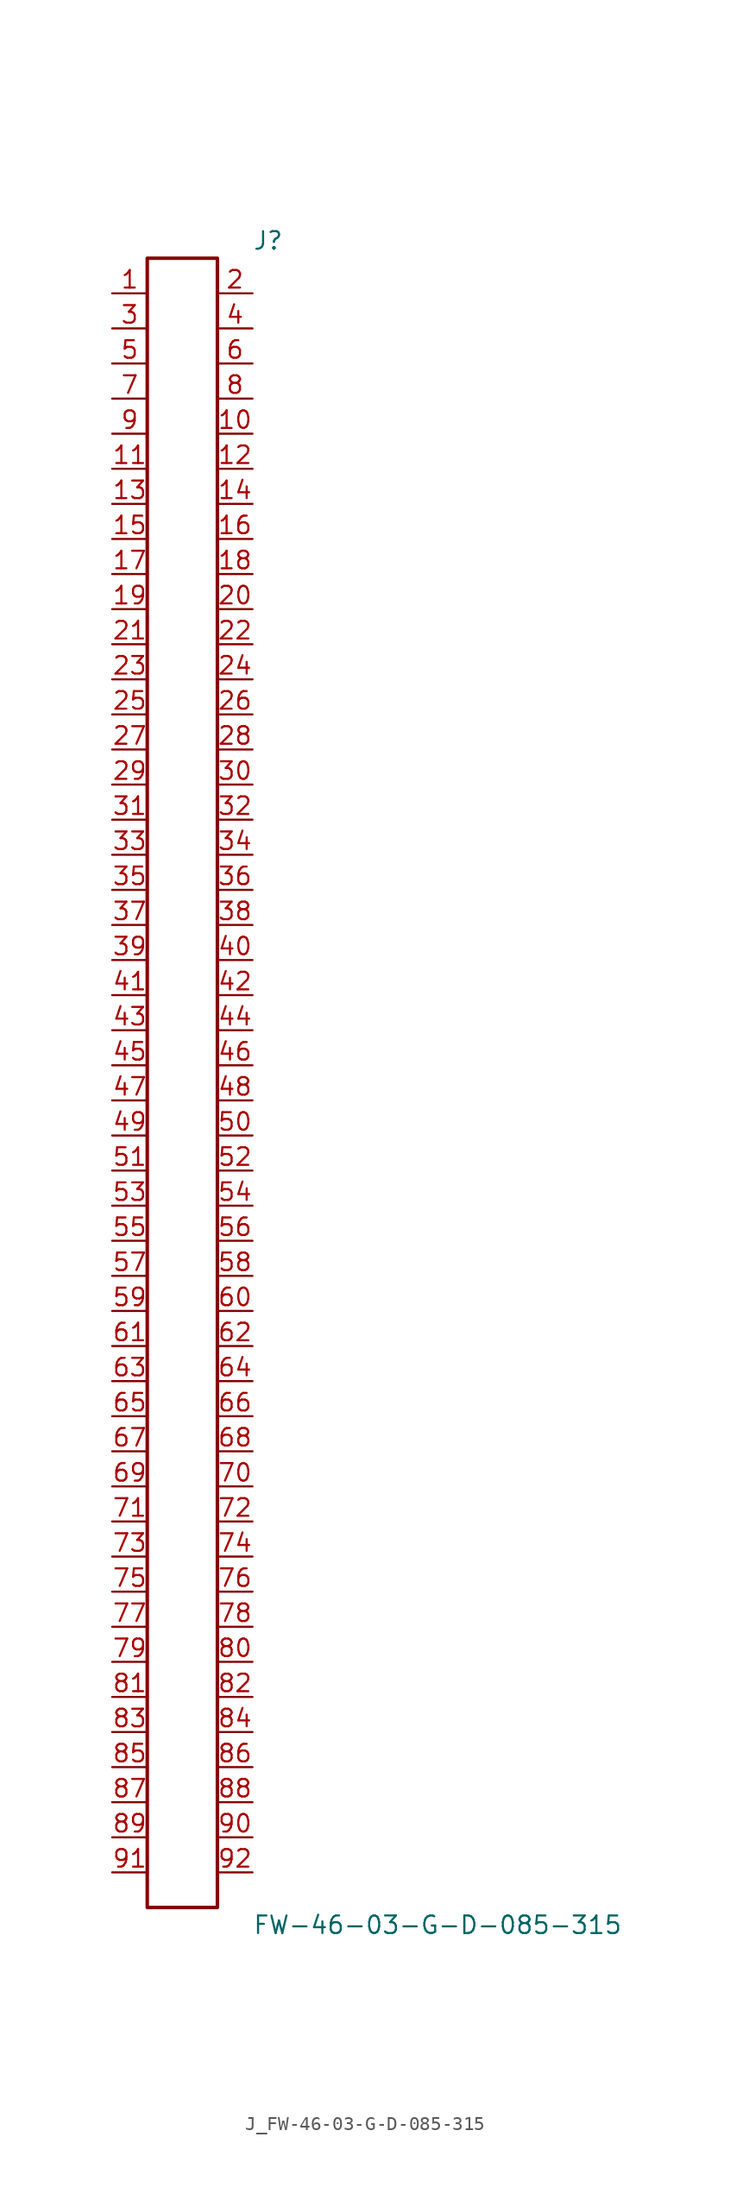
<source format=kicad_sym>
(kicad_symbol_lib
  (version 20231120)
  (generator kicad_symbol_editor)
  (generator_version 8.0)
  (symbol "J_FW-46-03-G-D-085-315"
    (pin_names
      (offset 0.254))
    (property "Reference" "J"
      (at 5.08 60.96 0)
      (effects (font (size 1.27 1.27)) (justify left)))
    (property "Value" "FW-46-03-G-D-085-315"
      (at 5.08 -60.96 0)
      (effects (font (size 1.27 1.27)) (justify left)))
    (symbol "J_FW-46-03-G-D-085-315_0_0"
      (pin unspecified line (at -5.08 57.15 0) (length 2.54) (name "" (effects (font (size 1.27 1.27)))) (number "1" (effects (font (size 1.27 1.27)))))
      (pin unspecified line (at 5.08 57.15 180) (length 2.54) (name "" (effects (font (size 1.27 1.27)))) (number "2" (effects (font (size 1.27 1.27)))))
      (pin unspecified line (at -5.08 54.61 0) (length 2.54) (name "" (effects (font (size 1.27 1.27)))) (number "3" (effects (font (size 1.27 1.27)))))
      (pin unspecified line (at 5.08 54.61 180) (length 2.54) (name "" (effects (font (size 1.27 1.27)))) (number "4" (effects (font (size 1.27 1.27)))))
      (pin unspecified line (at -5.08 52.07 0) (length 2.54) (name "" (effects (font (size 1.27 1.27)))) (number "5" (effects (font (size 1.27 1.27)))))
      (pin unspecified line (at 5.08 52.07 180) (length 2.54) (name "" (effects (font (size 1.27 1.27)))) (number "6" (effects (font (size 1.27 1.27)))))
      (pin unspecified line (at -5.08 49.53 0) (length 2.54) (name "" (effects (font (size 1.27 1.27)))) (number "7" (effects (font (size 1.27 1.27)))))
      (pin unspecified line (at 5.08 49.53 180) (length 2.54) (name "" (effects (font (size 1.27 1.27)))) (number "8" (effects (font (size 1.27 1.27)))))
      (pin unspecified line (at -5.08 46.99 0) (length 2.54) (name "" (effects (font (size 1.27 1.27)))) (number "9" (effects (font (size 1.27 1.27)))))
      (pin unspecified line (at 5.08 46.99 180) (length 2.54) (name "" (effects (font (size 1.27 1.27)))) (number "10" (effects (font (size 1.27 1.27)))))
      (pin unspecified line (at -5.08 44.45 0) (length 2.54) (name "" (effects (font (size 1.27 1.27)))) (number "11" (effects (font (size 1.27 1.27)))))
      (pin unspecified line (at 5.08 44.45 180) (length 2.54) (name "" (effects (font (size 1.27 1.27)))) (number "12" (effects (font (size 1.27 1.27)))))
      (pin unspecified line (at -5.08 41.91 0) (length 2.54) (name "" (effects (font (size 1.27 1.27)))) (number "13" (effects (font (size 1.27 1.27)))))
      (pin unspecified line (at 5.08 41.91 180) (length 2.54) (name "" (effects (font (size 1.27 1.27)))) (number "14" (effects (font (size 1.27 1.27)))))
      (pin unspecified line (at -5.08 39.37 0) (length 2.54) (name "" (effects (font (size 1.27 1.27)))) (number "15" (effects (font (size 1.27 1.27)))))
      (pin unspecified line (at 5.08 39.37 180) (length 2.54) (name "" (effects (font (size 1.27 1.27)))) (number "16" (effects (font (size 1.27 1.27)))))
      (pin unspecified line (at -5.08 36.83 0) (length 2.54) (name "" (effects (font (size 1.27 1.27)))) (number "17" (effects (font (size 1.27 1.27)))))
      (pin unspecified line (at 5.08 36.83 180) (length 2.54) (name "" (effects (font (size 1.27 1.27)))) (number "18" (effects (font (size 1.27 1.27)))))
      (pin unspecified line (at -5.08 34.29 0) (length 2.54) (name "" (effects (font (size 1.27 1.27)))) (number "19" (effects (font (size 1.27 1.27)))))
      (pin unspecified line (at 5.08 34.29 180) (length 2.54) (name "" (effects (font (size 1.27 1.27)))) (number "20" (effects (font (size 1.27 1.27)))))
      (pin unspecified line (at -5.08 31.75 0) (length 2.54) (name "" (effects (font (size 1.27 1.27)))) (number "21" (effects (font (size 1.27 1.27)))))
      (pin unspecified line (at 5.08 31.75 180) (length 2.54) (name "" (effects (font (size 1.27 1.27)))) (number "22" (effects (font (size 1.27 1.27)))))
      (pin unspecified line (at -5.08 29.21 0) (length 2.54) (name "" (effects (font (size 1.27 1.27)))) (number "23" (effects (font (size 1.27 1.27)))))
      (pin unspecified line (at 5.08 29.21 180) (length 2.54) (name "" (effects (font (size 1.27 1.27)))) (number "24" (effects (font (size 1.27 1.27)))))
      (pin unspecified line (at -5.08 26.67 0) (length 2.54) (name "" (effects (font (size 1.27 1.27)))) (number "25" (effects (font (size 1.27 1.27)))))
      (pin unspecified line (at 5.08 26.67 180) (length 2.54) (name "" (effects (font (size 1.27 1.27)))) (number "26" (effects (font (size 1.27 1.27)))))
      (pin unspecified line (at -5.08 24.13 0) (length 2.54) (name "" (effects (font (size 1.27 1.27)))) (number "27" (effects (font (size 1.27 1.27)))))
      (pin unspecified line (at 5.08 24.13 180) (length 2.54) (name "" (effects (font (size 1.27 1.27)))) (number "28" (effects (font (size 1.27 1.27)))))
      (pin unspecified line (at -5.08 21.59 0) (length 2.54) (name "" (effects (font (size 1.27 1.27)))) (number "29" (effects (font (size 1.27 1.27)))))
      (pin unspecified line (at 5.08 21.59 180) (length 2.54) (name "" (effects (font (size 1.27 1.27)))) (number "30" (effects (font (size 1.27 1.27)))))
      (pin unspecified line (at -5.08 19.05 0) (length 2.54) (name "" (effects (font (size 1.27 1.27)))) (number "31" (effects (font (size 1.27 1.27)))))
      (pin unspecified line (at 5.08 19.05 180) (length 2.54) (name "" (effects (font (size 1.27 1.27)))) (number "32" (effects (font (size 1.27 1.27)))))
      (pin unspecified line (at -5.08 16.51 0) (length 2.54) (name "" (effects (font (size 1.27 1.27)))) (number "33" (effects (font (size 1.27 1.27)))))
      (pin unspecified line (at 5.08 16.51 180) (length 2.54) (name "" (effects (font (size 1.27 1.27)))) (number "34" (effects (font (size 1.27 1.27)))))
      (pin unspecified line (at -5.08 13.97 0) (length 2.54) (name "" (effects (font (size 1.27 1.27)))) (number "35" (effects (font (size 1.27 1.27)))))
      (pin unspecified line (at 5.08 13.97 180) (length 2.54) (name "" (effects (font (size 1.27 1.27)))) (number "36" (effects (font (size 1.27 1.27)))))
      (pin unspecified line (at -5.08 11.43 0) (length 2.54) (name "" (effects (font (size 1.27 1.27)))) (number "37" (effects (font (size 1.27 1.27)))))
      (pin unspecified line (at 5.08 11.43 180) (length 2.54) (name "" (effects (font (size 1.27 1.27)))) (number "38" (effects (font (size 1.27 1.27)))))
      (pin unspecified line (at -5.08 8.89 0) (length 2.54) (name "" (effects (font (size 1.27 1.27)))) (number "39" (effects (font (size 1.27 1.27)))))
      (pin unspecified line (at 5.08 8.89 180) (length 2.54) (name "" (effects (font (size 1.27 1.27)))) (number "40" (effects (font (size 1.27 1.27)))))
      (pin unspecified line (at -5.08 6.35 0) (length 2.54) (name "" (effects (font (size 1.27 1.27)))) (number "41" (effects (font (size 1.27 1.27)))))
      (pin unspecified line (at 5.08 6.35 180) (length 2.54) (name "" (effects (font (size 1.27 1.27)))) (number "42" (effects (font (size 1.27 1.27)))))
      (pin unspecified line (at -5.08 3.81 0) (length 2.54) (name "" (effects (font (size 1.27 1.27)))) (number "43" (effects (font (size 1.27 1.27)))))
      (pin unspecified line (at 5.08 3.81 180) (length 2.54) (name "" (effects (font (size 1.27 1.27)))) (number "44" (effects (font (size 1.27 1.27)))))
      (pin unspecified line (at -5.08 1.27 0) (length 2.54) (name "" (effects (font (size 1.27 1.27)))) (number "45" (effects (font (size 1.27 1.27)))))
      (pin unspecified line (at 5.08 1.27 180) (length 2.54) (name "" (effects (font (size 1.27 1.27)))) (number "46" (effects (font (size 1.27 1.27)))))
      (pin unspecified line (at -5.08 -1.27 0) (length 2.54) (name "" (effects (font (size 1.27 1.27)))) (number "47" (effects (font (size 1.27 1.27)))))
      (pin unspecified line (at 5.08 -1.27 180) (length 2.54) (name "" (effects (font (size 1.27 1.27)))) (number "48" (effects (font (size 1.27 1.27)))))
      (pin unspecified line (at -5.08 -3.81 0) (length 2.54) (name "" (effects (font (size 1.27 1.27)))) (number "49" (effects (font (size 1.27 1.27)))))
      (pin unspecified line (at 5.08 -3.81 180) (length 2.54) (name "" (effects (font (size 1.27 1.27)))) (number "50" (effects (font (size 1.27 1.27)))))
      (pin unspecified line (at -5.08 -6.35 0) (length 2.54) (name "" (effects (font (size 1.27 1.27)))) (number "51" (effects (font (size 1.27 1.27)))))
      (pin unspecified line (at 5.08 -6.35 180) (length 2.54) (name "" (effects (font (size 1.27 1.27)))) (number "52" (effects (font (size 1.27 1.27)))))
      (pin unspecified line (at -5.08 -8.89 0) (length 2.54) (name "" (effects (font (size 1.27 1.27)))) (number "53" (effects (font (size 1.27 1.27)))))
      (pin unspecified line (at 5.08 -8.89 180) (length 2.54) (name "" (effects (font (size 1.27 1.27)))) (number "54" (effects (font (size 1.27 1.27)))))
      (pin unspecified line (at -5.08 -11.43 0) (length 2.54) (name "" (effects (font (size 1.27 1.27)))) (number "55" (effects (font (size 1.27 1.27)))))
      (pin unspecified line (at 5.08 -11.43 180) (length 2.54) (name "" (effects (font (size 1.27 1.27)))) (number "56" (effects (font (size 1.27 1.27)))))
      (pin unspecified line (at -5.08 -13.97 0) (length 2.54) (name "" (effects (font (size 1.27 1.27)))) (number "57" (effects (font (size 1.27 1.27)))))
      (pin unspecified line (at 5.08 -13.97 180) (length 2.54) (name "" (effects (font (size 1.27 1.27)))) (number "58" (effects (font (size 1.27 1.27)))))
      (pin unspecified line (at -5.08 -16.51 0) (length 2.54) (name "" (effects (font (size 1.27 1.27)))) (number "59" (effects (font (size 1.27 1.27)))))
      (pin unspecified line (at 5.08 -16.51 180) (length 2.54) (name "" (effects (font (size 1.27 1.27)))) (number "60" (effects (font (size 1.27 1.27)))))
      (pin unspecified line (at -5.08 -19.05 0) (length 2.54) (name "" (effects (font (size 1.27 1.27)))) (number "61" (effects (font (size 1.27 1.27)))))
      (pin unspecified line (at 5.08 -19.05 180) (length 2.54) (name "" (effects (font (size 1.27 1.27)))) (number "62" (effects (font (size 1.27 1.27)))))
      (pin unspecified line (at -5.08 -21.59 0) (length 2.54) (name "" (effects (font (size 1.27 1.27)))) (number "63" (effects (font (size 1.27 1.27)))))
      (pin unspecified line (at 5.08 -21.59 180) (length 2.54) (name "" (effects (font (size 1.27 1.27)))) (number "64" (effects (font (size 1.27 1.27)))))
      (pin unspecified line (at -5.08 -24.13 0) (length 2.54) (name "" (effects (font (size 1.27 1.27)))) (number "65" (effects (font (size 1.27 1.27)))))
      (pin unspecified line (at 5.08 -24.13 180) (length 2.54) (name "" (effects (font (size 1.27 1.27)))) (number "66" (effects (font (size 1.27 1.27)))))
      (pin unspecified line (at -5.08 -26.67 0) (length 2.54) (name "" (effects (font (size 1.27 1.27)))) (number "67" (effects (font (size 1.27 1.27)))))
      (pin unspecified line (at 5.08 -26.67 180) (length 2.54) (name "" (effects (font (size 1.27 1.27)))) (number "68" (effects (font (size 1.27 1.27)))))
      (pin unspecified line (at -5.08 -29.21 0) (length 2.54) (name "" (effects (font (size 1.27 1.27)))) (number "69" (effects (font (size 1.27 1.27)))))
      (pin unspecified line (at 5.08 -29.21 180) (length 2.54) (name "" (effects (font (size 1.27 1.27)))) (number "70" (effects (font (size 1.27 1.27)))))
      (pin unspecified line (at -5.08 -31.75 0) (length 2.54) (name "" (effects (font (size 1.27 1.27)))) (number "71" (effects (font (size 1.27 1.27)))))
      (pin unspecified line (at 5.08 -31.75 180) (length 2.54) (name "" (effects (font (size 1.27 1.27)))) (number "72" (effects (font (size 1.27 1.27)))))
      (pin unspecified line (at -5.08 -34.29 0) (length 2.54) (name "" (effects (font (size 1.27 1.27)))) (number "73" (effects (font (size 1.27 1.27)))))
      (pin unspecified line (at 5.08 -34.29 180) (length 2.54) (name "" (effects (font (size 1.27 1.27)))) (number "74" (effects (font (size 1.27 1.27)))))
      (pin unspecified line (at -5.08 -36.83 0) (length 2.54) (name "" (effects (font (size 1.27 1.27)))) (number "75" (effects (font (size 1.27 1.27)))))
      (pin unspecified line (at 5.08 -36.83 180) (length 2.54) (name "" (effects (font (size 1.27 1.27)))) (number "76" (effects (font (size 1.27 1.27)))))
      (pin unspecified line (at -5.08 -39.37 0) (length 2.54) (name "" (effects (font (size 1.27 1.27)))) (number "77" (effects (font (size 1.27 1.27)))))
      (pin unspecified line (at 5.08 -39.37 180) (length 2.54) (name "" (effects (font (size 1.27 1.27)))) (number "78" (effects (font (size 1.27 1.27)))))
      (pin unspecified line (at -5.08 -41.91 0) (length 2.54) (name "" (effects (font (size 1.27 1.27)))) (number "79" (effects (font (size 1.27 1.27)))))
      (pin unspecified line (at 5.08 -41.91 180) (length 2.54) (name "" (effects (font (size 1.27 1.27)))) (number "80" (effects (font (size 1.27 1.27)))))
      (pin unspecified line (at -5.08 -44.45 0) (length 2.54) (name "" (effects (font (size 1.27 1.27)))) (number "81" (effects (font (size 1.27 1.27)))))
      (pin unspecified line (at 5.08 -44.45 180) (length 2.54) (name "" (effects (font (size 1.27 1.27)))) (number "82" (effects (font (size 1.27 1.27)))))
      (pin unspecified line (at -5.08 -46.99 0) (length 2.54) (name "" (effects (font (size 1.27 1.27)))) (number "83" (effects (font (size 1.27 1.27)))))
      (pin unspecified line (at 5.08 -46.99 180) (length 2.54) (name "" (effects (font (size 1.27 1.27)))) (number "84" (effects (font (size 1.27 1.27)))))
      (pin unspecified line (at -5.08 -49.53 0) (length 2.54) (name "" (effects (font (size 1.27 1.27)))) (number "85" (effects (font (size 1.27 1.27)))))
      (pin unspecified line (at 5.08 -49.53 180) (length 2.54) (name "" (effects (font (size 1.27 1.27)))) (number "86" (effects (font (size 1.27 1.27)))))
      (pin unspecified line (at -5.08 -52.07 0) (length 2.54) (name "" (effects (font (size 1.27 1.27)))) (number "87" (effects (font (size 1.27 1.27)))))
      (pin unspecified line (at 5.08 -52.07 180) (length 2.54) (name "" (effects (font (size 1.27 1.27)))) (number "88" (effects (font (size 1.27 1.27)))))
      (pin unspecified line (at -5.08 -54.61 0) (length 2.54) (name "" (effects (font (size 1.27 1.27)))) (number "89" (effects (font (size 1.27 1.27)))))
      (pin unspecified line (at 5.08 -54.61 180) (length 2.54) (name "" (effects (font (size 1.27 1.27)))) (number "90" (effects (font (size 1.27 1.27)))))
      (pin unspecified line (at -5.08 -57.15 0) (length 2.54) (name "" (effects (font (size 1.27 1.27)))) (number "91" (effects (font (size 1.27 1.27)))))
      (pin unspecified line (at 5.08 -57.15 180) (length 2.54) (name "" (effects (font (size 1.27 1.27)))) (number "92" (effects (font (size 1.27 1.27))))))
    (symbol "J_FW-46-03-G-D-085-315_1_0"
      (rectangle (start -2.54 59.69) (end 2.54 -59.69) (stroke (width 0.254) (type solid)) (fill (type none))))))
</source>
